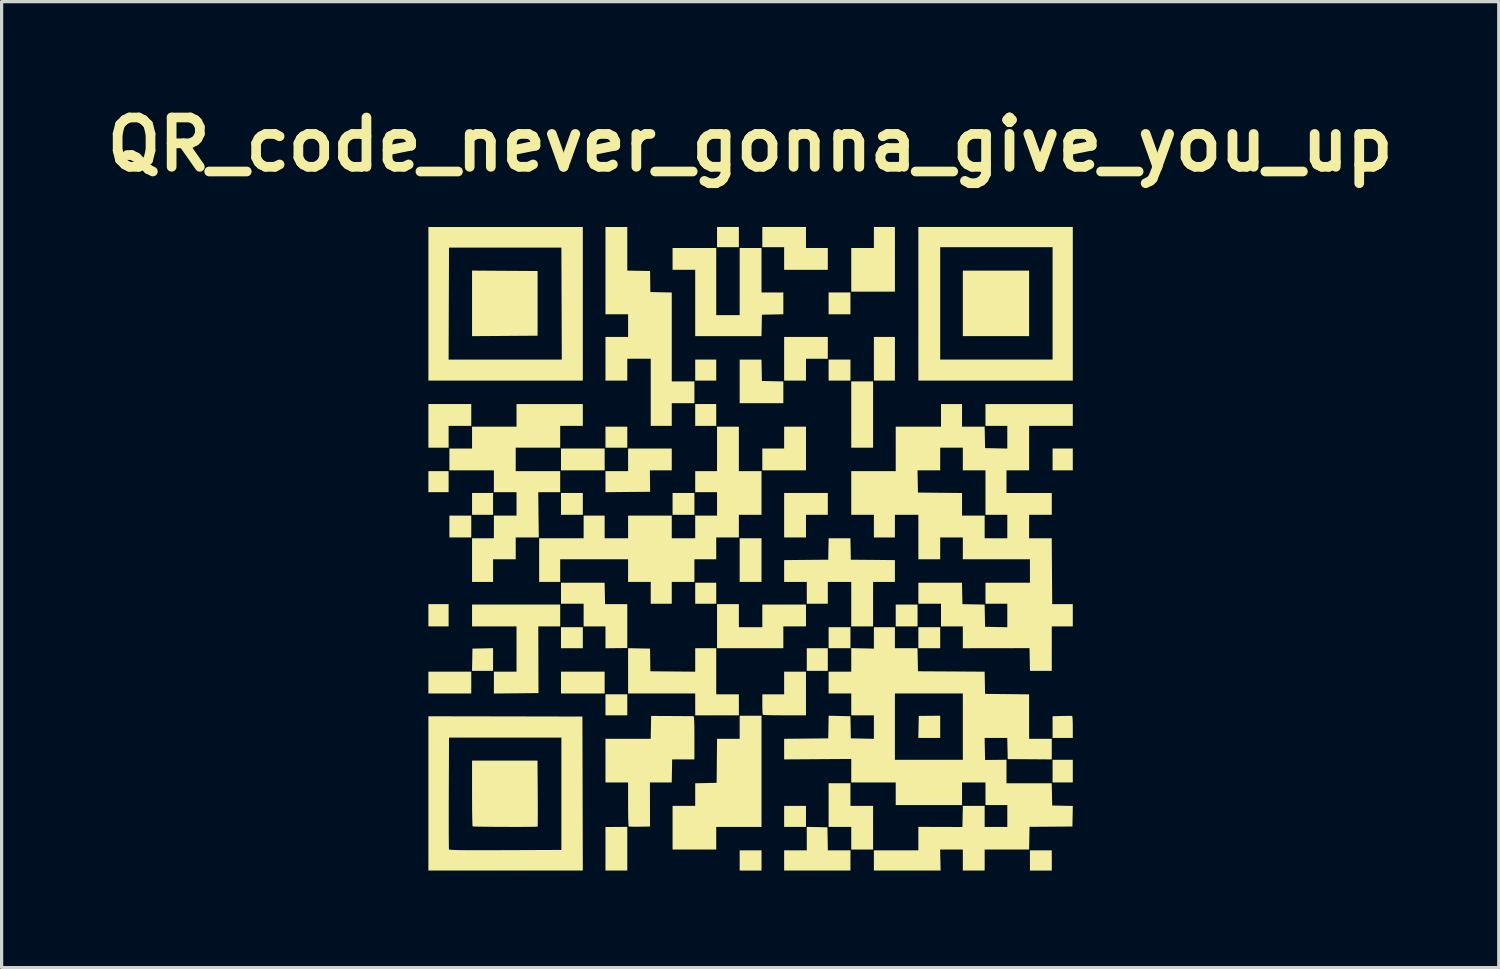
<source format=kicad_pcb>
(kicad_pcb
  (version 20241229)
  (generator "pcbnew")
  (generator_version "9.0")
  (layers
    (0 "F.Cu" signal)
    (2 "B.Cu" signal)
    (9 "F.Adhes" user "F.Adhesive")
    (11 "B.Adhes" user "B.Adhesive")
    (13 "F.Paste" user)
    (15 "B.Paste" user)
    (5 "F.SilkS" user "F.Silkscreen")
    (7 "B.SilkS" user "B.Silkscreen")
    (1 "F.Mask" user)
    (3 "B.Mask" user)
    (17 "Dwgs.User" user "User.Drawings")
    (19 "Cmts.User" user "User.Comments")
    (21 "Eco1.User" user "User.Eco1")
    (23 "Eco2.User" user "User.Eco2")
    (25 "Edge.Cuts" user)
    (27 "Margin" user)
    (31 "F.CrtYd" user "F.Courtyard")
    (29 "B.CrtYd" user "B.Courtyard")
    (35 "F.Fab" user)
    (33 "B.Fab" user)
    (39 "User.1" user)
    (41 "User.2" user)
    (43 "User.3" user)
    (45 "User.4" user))
  (footprint "QR_code_never_gonna_give_you_up"
    (layer "F.Cu")
    (at 20.146 13.918)
    (property "Reference" "QR_code_never_gonna_give_you_up" (at 0 -12.5 0) (layer "F.SilkS") (effects (font (size 1.524 1.524) (thickness 0.3))))
    (fp_poly (pts (xy -9.325 -1.75) (xy -9.95 -1.75) (xy -9.95 -2.4) (xy -9.325 -2.4)) (stroke (width 0) (type solid)) (fill yes) (layer "F.SilkS"))
    (fp_poly (pts (xy -9.325 2.4) (xy -9.95 2.4) (xy -9.95 1.712) (xy -9.325 1.712)) (stroke (width 0) (type solid)) (fill yes) (layer "F.SilkS"))
    (fp_poly (pts (xy -8.625 -0.35) (xy -9.3 -0.35) (xy -9.3 -1.025) (xy -8.625 -1.025)) (stroke (width 0) (type solid)) (fill yes) (layer "F.SilkS"))
    (fp_poly (pts (xy -8.625 4.475) (xy -9.95 4.475) (xy -9.95 3.8) (xy -8.625 3.8)) (stroke (width 0) (type solid)) (fill yes) (layer "F.SilkS"))
    (fp_poly (pts (xy -7.95 -1.05) (xy -8.6 -1.05) (xy -8.6 -1.725) (xy -7.95 -1.725)) (stroke (width 0) (type solid)) (fill yes) (layer "F.SilkS"))
    (fp_poly (pts (xy -5.175 -1.05) (xy -5.85 -1.05) (xy -5.85 -1.725) (xy -5.175 -1.725)) (stroke (width 0) (type solid)) (fill yes) (layer "F.SilkS"))
    (fp_poly (pts (xy -5.175 3.075) (xy -5.85 3.075) (xy -5.85 2.425) (xy -5.175 2.425)) (stroke (width 0) (type solid)) (fill yes) (layer "F.SilkS"))
    (fp_poly (pts (xy -4.5 -2.425) (xy -5.85 -2.425) (xy -5.85 -3.1) (xy -4.5 -3.1)) (stroke (width 0) (type solid)) (fill yes) (layer "F.SilkS"))
    (fp_poly (pts (xy -4.5 4.475) (xy -5.85 4.475) (xy -5.85 3.8) (xy -4.5 3.8)) (stroke (width 0) (type solid)) (fill yes) (layer "F.SilkS"))
    (fp_poly (pts (xy -3.8 -3.125) (xy -4.475 -3.125) (xy -4.475 -3.775) (xy -3.8 -3.775)) (stroke (width 0) (type solid)) (fill yes) (layer "F.SilkS"))
    (fp_poly (pts (xy -3.8 5.15) (xy -4.475 5.15) (xy -4.475 4.5) (xy -3.8 4.5)) (stroke (width 0) (type solid)) (fill yes) (layer "F.SilkS"))
    (fp_poly (pts (xy -3.8 9.95) (xy -4.475 9.95) (xy -4.475 8.604) (xy -3.8 8.599)) (stroke (width 0) (type solid)) (fill yes) (layer "F.SilkS"))
    (fp_poly (pts (xy -1.725 -1.05) (xy -2.4 -1.05) (xy -2.4 -1.725) (xy -1.725 -1.725)) (stroke (width 0) (type solid)) (fill yes) (layer "F.SilkS"))
    (fp_poly (pts (xy -1.05 -5.2) (xy -1.7 -5.2) (xy -1.7 -5.85) (xy -1.05 -5.85)) (stroke (width 0) (type solid)) (fill yes) (layer "F.SilkS"))
    (fp_poly (pts (xy -1.05 -3.8) (xy -1.7 -3.8) (xy -1.7 -4.475) (xy -1.05 -4.475)) (stroke (width 0) (type solid)) (fill yes) (layer "F.SilkS"))
    (fp_poly (pts (xy -1.05 1.7) (xy -1.7 1.7) (xy -1.7 1.05) (xy -1.05 1.05)) (stroke (width 0) (type solid)) (fill yes) (layer "F.SilkS"))
    (fp_poly (pts (xy -0.35 -9.325) (xy -1.025 -9.325) (xy -1.025 -9.95) (xy -0.35 -9.95)) (stroke (width 0) (type solid)) (fill yes) (layer "F.SilkS"))
    (fp_poly (pts (xy 0.35 1.025) (xy -0.325 1.025) (xy -0.325 -0.325) (xy 0.35 -0.325)) (stroke (width 0) (type solid)) (fill yes) (layer "F.SilkS"))
    (fp_poly (pts (xy 0.35 9.95) (xy -0.325 9.95) (xy -0.325 9.325) (xy 0.35 9.325)) (stroke (width 0) (type solid)) (fill yes) (layer "F.SilkS"))
    (fp_poly (pts (xy 1.725 8.6) (xy 1.05 8.6) (xy 1.05 7.95) (xy 1.725 7.95)) (stroke (width 0) (type solid)) (fill yes) (layer "F.SilkS"))
    (fp_poly (pts (xy 2.4 3.775) (xy 1.75 3.775) (xy 1.75 3.075) (xy 2.4 3.075)) (stroke (width 0) (type solid)) (fill yes) (layer "F.SilkS"))
    (fp_poly (pts (xy 3.1 -7.25) (xy 2.425 -7.25) (xy 2.425 -7.925) (xy 3.1 -7.925)) (stroke (width 0) (type solid)) (fill yes) (layer "F.SilkS"))
    (fp_poly (pts (xy 3.1 -5.2) (xy 2.425 -5.2) (xy 2.425 -5.85) (xy 3.1 -5.85)) (stroke (width 0) (type solid)) (fill yes) (layer "F.SilkS"))
    (fp_poly (pts (xy 3.1 3.075) (xy 2.425 3.075) (xy 2.425 2.425) (xy 3.1 2.425)) (stroke (width 0) (type solid)) (fill yes) (layer "F.SilkS"))
    (fp_poly (pts (xy 3.8 -3.125) (xy 3.125 -3.125) (xy 3.125 -5.175) (xy 3.8 -5.175)) (stroke (width 0) (type solid)) (fill yes) (layer "F.SilkS"))
    (fp_poly (pts (xy 4.475 -5.2) (xy 3.825 -5.2) (xy 3.825 -6.55) (xy 4.475 -6.55)) (stroke (width 0) (type solid)) (fill yes) (layer "F.SilkS"))
    (fp_poly (pts (xy 5.175 2.4) (xy 4.5 2.4) (xy 4.5 1.725) (xy 5.175 1.725)) (stroke (width 0) (type solid)) (fill yes) (layer "F.SilkS"))
    (fp_poly (pts (xy 5.875 3.075) (xy 5.2 3.075) (xy 5.2 2.425) (xy 5.875 2.425)) (stroke (width 0) (type solid)) (fill yes) (layer "F.SilkS"))
    (fp_poly (pts (xy 8.625 -6.575) (xy 6.575 -6.575) (xy 6.575 -8.6) (xy 8.625 -8.6)) (stroke (width 0) (type solid)) (fill yes) (layer "F.SilkS"))
    (fp_poly (pts (xy 9.325 9.95) (xy 8.65 9.95) (xy 8.65 9.325) (xy 9.325 9.325)) (stroke (width 0) (type solid)) (fill yes) (layer "F.SilkS"))
    (fp_poly (pts (xy 9.975 -2.425) (xy 9.35 -2.425) (xy 9.35 -3.1) (xy 9.975 -3.1)) (stroke (width 0) (type solid)) (fill yes) (layer "F.SilkS"))
    (fp_poly (pts (xy 9.975 7.225) (xy 9.35 7.225) (xy 9.35 6.525) (xy 9.975 6.525)) (stroke (width 0) (type solid)) (fill yes) (layer "F.SilkS"))
    (fp_poly (pts (xy -7.95 3.775) (xy -8.601 3.775) (xy -8.594 3.431) (xy -8.588 3.087) (xy -7.95 3.074)) (stroke (width 0) (type solid)) (fill yes) (layer "F.SilkS"))
    (fp_poly (pts (xy -7.587 -8.594) (xy -6.574 -8.588) (xy -6.574 -6.588) (xy -8.6 -6.574) (xy -8.6 -8.601)) (stroke (width 0) (type solid)) (fill yes) (layer "F.SilkS"))
    (fp_poly (pts (xy -8.625 -3.8) (xy -9.325 -3.8) (xy -9.325 -3.125) (xy -9.95 -3.125) (xy -9.95 -4.475) (xy -8.625 -4.475)) (stroke (width 0) (type solid)) (fill yes) (layer "F.SilkS"))
    (fp_poly (pts (xy 1.725 -2.425) (xy 0.375 -2.425) (xy 0.375 -3.1) (xy 1.05 -3.1) (xy 1.05 -3.775) (xy 1.725 -3.775)) (stroke (width 0) (type solid)) (fill yes) (layer "F.SilkS"))
    (fp_poly (pts (xy 2.4 -5.875) (xy 1.725 -5.875) (xy 1.725 -5.2) (xy 1.05 -5.2) (xy 1.05 -6.55) (xy 2.4 -6.55)) (stroke (width 0) (type solid)) (fill yes) (layer "F.SilkS"))
    (fp_poly (pts (xy 2.4 -1.05) (xy 1.725 -1.05) (xy 1.725 -0.35) (xy 1.05 -0.35) (xy 1.05 -1.725) (xy 2.4 -1.725)) (stroke (width 0) (type solid)) (fill yes) (layer "F.SilkS"))
    (fp_poly (pts (xy 4.475 -7.95) (xy 3.125 -7.95) (xy 3.125 -9.3) (xy 3.825 -9.3) (xy 3.825 -9.95) (xy 4.475 -9.95)) (stroke (width 0) (type solid)) (fill yes) (layer "F.SilkS"))
    (fp_poly (pts (xy 0.362 -5.188) (xy 0.694 -5.181) (xy 1.025 -5.174) (xy 1.025 -4.5) (xy -0.325 -4.5) (xy -0.325 -5.85) (xy 0.349 -5.85)) (stroke (width 0) (type solid)) (fill yes) (layer "F.SilkS"))
    (fp_poly (pts (xy 5.875 5.506) (xy 5.875 5.85) (xy 5.199 5.85) (xy 5.206 5.509) (xy 5.213 5.168) (xy 5.544 5.165) (xy 5.875 5.162)) (stroke (width 0) (type solid)) (fill yes) (layer "F.SilkS"))
    (fp_poly (pts (xy 1.725 -9.3) (xy 2.4 -9.3) (xy 2.4 -8.625) (xy 1.05 -8.625) (xy 1.05 -9.325) (xy 0.375 -9.325) (xy 0.375 -9.95) (xy 1.725 -9.95)) (stroke (width 0) (type solid)) (fill yes) (layer "F.SilkS"))
    (fp_poly (pts (xy 2.388 8.613) (xy 2.401 9.325) (xy 3.1 9.325) (xy 3.1 9.95) (xy 1.05 9.95) (xy 1.05 9.325) (xy 1.75 9.325) (xy 1.75 8.599)) (stroke (width 0) (type solid)) (fill yes) (layer "F.SilkS"))
    (fp_poly (pts (xy 3.1 7.95) (xy 3.8 7.95) (xy 3.8 9.3) (xy 3.125 9.3) (xy 3.125 8.6) (xy 2.425 8.6) (xy 2.425 7.25) (xy 3.1 7.25)) (stroke (width 0) (type solid)) (fill yes) (layer "F.SilkS"))
    (fp_poly (pts (xy -2.425 -2.425) (xy -3.102 -2.425) (xy -3.098 -2.094) (xy -3.094 -1.762) (xy -3.785 -1.756) (xy -4.475 -1.749) (xy -4.475 -2.4) (xy -3.775 -2.4) (xy -3.775 -3.1) (xy -2.425 -3.1)) (stroke (width 0) (type solid)) (fill yes) (layer "F.SilkS"))
    (fp_poly (pts (xy -0.35 2.425) (xy 0.375 2.425) (xy 0.375 1.725) (xy 1.725 1.725) (xy 1.725 2.4) (xy 1.025 2.4) (xy 1.025 3.075) (xy -1.025 3.075) (xy -1.025 1.712) (xy -0.35 1.712)) (stroke (width 0) (type solid)) (fill yes) (layer "F.SilkS"))
    (fp_poly (pts (xy -5.875 2.4) (xy -6.552 2.4) (xy -6.549 3.431) (xy -6.546 4.463) (xy -7.925 4.476) (xy -7.925 3.8) (xy -7.225 3.8) (xy -7.225 2.4) (xy -8.6 2.4) (xy -8.6 1.725) (xy -5.875 1.725)) (stroke (width 0) (type solid)) (fill yes) (layer "F.SilkS"))
    (fp_poly (pts (xy 9.975 -5.2) (xy 5.2 -5.2) (xy 5.2 -5.85) (xy 5.875 -5.85) (xy 9.35 -5.85) (xy 9.35 -9.325) (xy 5.875 -9.325) (xy 5.875 -5.85) (xy 5.2 -5.85) (xy 5.2 -9.95) (xy 9.975 -9.95)) (stroke (width 0) (type solid)) (fill yes) (layer "F.SilkS"))
    (fp_poly (pts (xy -5.175 -5.2) (xy -9.95 -5.2) (xy -9.95 -5.85) (xy -9.325 -5.85) (xy -5.825 -5.85) (xy -5.838 -9.312) (xy -9.312 -9.312) (xy -9.319 -7.581) (xy -9.325 -5.85) (xy -9.95 -5.85) (xy -9.95 -9.95) (xy -5.175 -9.95)) (stroke (width 0) (type solid)) (fill yes) (layer "F.SilkS"))
    (fp_poly (pts (xy -4.487 1.712) (xy -3.8 1.712) (xy -3.8 2.391) (xy -3.8 3.07) (xy -4.138 3.073) (xy -4.475 3.077) (xy -4.475 2.4) (xy -5.15 2.4) (xy -5.15 1.7) (xy -5.85 1.7) (xy -5.85 1.05) (xy -4.501 1.05)) (stroke (width 0) (type solid)) (fill yes) (layer "F.SilkS"))
    (fp_poly (pts (xy 9.928 5.168) (xy 9.956 5.17) (xy 9.963 5.197) (xy 9.969 5.264) (xy 9.973 5.362) (xy 9.975 5.482) (xy 9.975 5.514) (xy 9.975 5.85) (xy 9.35 5.85) (xy 9.35 5.178) (xy 9.644 5.17) (xy 9.761 5.168) (xy 9.859 5.167)) (stroke (width 0) (type solid)) (fill yes) (layer "F.SilkS"))
    (fp_poly (pts (xy -3.435 3.081) (xy -3.096 3.087) (xy -3.092 3.438) (xy -3.087 3.788) (xy -1.7 3.801) (xy -1.7 3.075) (xy -1.05 3.075) (xy -1.05 4.5) (xy -0.35 4.5) (xy -0.35 5.15) (xy -1.7 5.15) (xy -1.7 4.475) (xy -3.775 4.475) (xy -3.775 3.074)) (stroke (width 0) (type solid)) (fill yes) (layer "F.SilkS"))
    (fp_poly (pts (xy -1.05 -7.225) (xy -0.325 -7.225) (xy -0.325 -9.3) (xy 0.35 -9.3) (xy 0.35 -7.925) (xy 1.025 -7.925) (xy 1.025 -7.251) (xy 0.362 -7.237) (xy 0.349 -6.575) (xy -1.7 -6.575) (xy -1.7 -8.625) (xy -2.4 -8.625) (xy -2.4 -9.3) (xy -1.05 -9.3)) (stroke (width 0) (type solid)) (fill yes) (layer "F.SilkS"))
    (fp_poly (pts (xy 0.35 6.881) (xy 0.35 8.6) (xy -1.05 8.6) (xy -1.05 9.3) (xy -2.4 9.3) (xy -2.4 7.95) (xy -1.7 7.95) (xy -1.7 7.251) (xy -1.369 7.244) (xy -1.038 7.237) (xy -1.031 6.556) (xy -1.024 5.875) (xy -0.325 5.875) (xy -0.325 5.162) (xy 0.35 5.162)) (stroke (width 0) (type solid)) (fill yes) (layer "F.SilkS"))
    (fp_poly (pts (xy 1.725 5.15) (xy 1.067 5.15) (xy 0.89 5.149) (xy 0.73 5.148) (xy 0.593 5.145) (xy 0.487 5.142) (xy 0.417 5.138) (xy 0.392 5.133) (xy 0.385 5.103) (xy 0.38 5.033) (xy 0.376 4.934) (xy 0.375 4.815) (xy 0.375 4.808) (xy 0.375 4.5) (xy 1.05 4.5) (xy 1.05 3.8) (xy 1.725 3.8)) (stroke (width 0) (type solid)) (fill yes) (layer "F.SilkS"))
    (fp_poly (pts (xy 3.112 0.338) (xy 3.794 0.344) (xy 4.475 0.351) (xy 4.475 1.025) (xy 3.8 1.025) (xy 3.8 2.4) (xy 3.125 2.4) (xy 3.125 1.025) (xy 2.4 1.025) (xy 2.4 1.7) (xy 1.75 1.7) (xy 1.75 1.025) (xy 1.05 1.025) (xy 1.05 0.351) (xy 1.731 0.344) (xy 2.413 0.338) (xy 2.419 0.006) (xy 2.426 -0.325) (xy 3.099 -0.325)) (stroke (width 0) (type solid)) (fill yes) (layer "F.SilkS"))
    (fp_poly (pts (xy -3.8 -8.601) (xy -3.448 -8.594) (xy -3.096 -8.588) (xy -3.087 -7.938) (xy -2.756 -7.931) (xy -2.425 -7.924) (xy -2.425 -5.175) (xy -1.725 -5.175) (xy -1.725 -4.5) (xy -2.425 -4.5) (xy -2.425 -3.8) (xy -3.075 -3.8) (xy -3.075 -5.875) (xy -3.8 -5.875) (xy -3.8 -5.2) (xy -4.475 -5.2) (xy -4.475 -6.55) (xy -3.775 -6.55) (xy -3.775 -7.25) (xy -4.475 -7.25) (xy -4.475 -9.95) (xy -3.8 -9.95)) (stroke (width 0) (type solid)) (fill yes) (layer "F.SilkS"))
    (fp_poly (pts (xy -5.175 -3.8) (xy -5.875 -3.8) (xy -5.875 -3.125) (xy -7.25 -3.125) (xy -7.25 -2.4) (xy -5.875 -2.4) (xy -5.875 -1.75) (xy -6.553 -1.75) (xy -6.537 -0.35) (xy -7.25 -0.35) (xy -7.25 0.325) (xy -7.95 0.325) (xy -7.95 1.025) (xy -8.6 1.025) (xy -8.6 -0.325) (xy -7.925 -0.325) (xy -7.925 -1.025) (xy -7.225 -1.025) (xy -7.225 -1.75) (xy -7.925 -1.75) (xy -7.925 -2.425) (xy -9.3 -2.425) (xy -9.3 -3.1) (xy -8.6 -3.1) (xy -8.6 -3.775) (xy -7.225 -3.775) (xy -7.225 -4.475) (xy -5.175 -4.475)) (stroke (width 0) (type solid)) (fill yes) (layer "F.SilkS"))
    (fp_poly (pts (xy -7.569 5.183) (xy -5.188 5.188) (xy -5.175 9.95) (xy -9.95 9.95) (xy -9.95 8.369) (xy -9.321 8.369) (xy -9.32 8.602) (xy -9.32 8.808) (xy -9.319 8.983) (xy -9.318 9.123) (xy -9.316 9.224) (xy -9.315 9.282) (xy -9.313 9.294) (xy -9.302 9.3) (xy -9.269 9.306) (xy -9.214 9.31) (xy -9.132 9.314) (xy -9.021 9.317) (xy -8.877 9.319) (xy -8.699 9.32) (xy -8.482 9.321) (xy -8.224 9.321) (xy -7.922 9.32) (xy -7.573 9.319) (xy -7.569 9.319) (xy -5.838 9.312) (xy -5.838 5.838) (xy -9.312 5.838) (xy -9.319 7.55) (xy -9.32 7.839) (xy -9.32 8.113) (xy -9.321 8.369) (xy -9.95 8.369) (xy -9.95 5.179)) (stroke (width 0) (type solid)) (fill yes) (layer "F.SilkS"))
    (fp_poly (pts (xy -6.569 7.565) (xy -6.568 7.785) (xy -6.567 7.989) (xy -6.567 8.172) (xy -6.568 8.329) (xy -6.569 8.453) (xy -6.57 8.54) (xy -6.572 8.585) (xy -6.573 8.59) (xy -6.6 8.593) (xy -6.671 8.595) (xy -6.779 8.597) (xy -6.917 8.599) (xy -7.079 8.6) (xy -7.259 8.6) (xy -7.449 8.6) (xy -7.644 8.599) (xy -7.836 8.599) (xy -8.02 8.597) (xy -8.188 8.595) (xy -8.335 8.593) (xy -8.454 8.591) (xy -8.537 8.588) (xy -8.58 8.584) (xy -8.583 8.583) (xy -8.587 8.555) (xy -8.59 8.483) (xy -8.593 8.371) (xy -8.596 8.226) (xy -8.598 8.052) (xy -8.599 7.855) (xy -8.6 7.64) (xy -8.6 7.558) (xy -8.6 6.55) (xy -6.576 6.55)) (stroke (width 0) (type solid)) (fill yes) (layer "F.SilkS"))
    (fp_poly (pts (xy -0.35 -2.4) (xy 0.35 -2.4) (xy 0.35 -1.05) (xy -0.35 -1.05) (xy -0.35 -0.35) (xy -1.05 -0.35) (xy -1.05 0.325) (xy -1.725 0.325) (xy -1.725 1.025) (xy -2.425 1.025) (xy -2.425 1.7) (xy -3.075 1.7) (xy -3.075 1.025) (xy -3.775 1.025) (xy -3.775 0.325) (xy -5.875 0.325) (xy -5.875 1.025) (xy -6.525 1.025) (xy -6.525 -0.325) (xy -5.15 -0.325) (xy -5.15 -1.025) (xy -4.5 -1.025) (xy -4.5 -0.325) (xy -3.775 -0.325) (xy -3.775 -1.025) (xy -2.425 -1.025) (xy -2.425 -0.325) (xy -1.7 -0.325) (xy -1.7 -1.025) (xy -1.025 -1.025) (xy -1.025 -1.75) (xy -1.7 -1.75) (xy -1.7 -2.4) (xy -1.025 -2.4) (xy -1.025 -3.775) (xy -0.35 -3.775)) (stroke (width 0) (type solid)) (fill yes) (layer "F.SilkS"))
    (fp_poly (pts (xy -2.425 5.172) (xy -2.25 5.173) (xy -2.091 5.174) (xy -1.955 5.174) (xy -1.849 5.175) (xy -1.78 5.175) (xy -1.756 5.175) (xy -1.746 5.186) (xy -1.739 5.222) (xy -1.733 5.287) (xy -1.729 5.386) (xy -1.726 5.523) (xy -1.725 5.703) (xy -1.725 5.844) (xy -1.725 6.513) (xy -2.413 6.513) (xy -2.419 6.869) (xy -2.426 7.225) (xy -3.101 7.225) (xy -3.099 7.906) (xy -3.097 8.588) (xy -3.419 8.594) (xy -3.541 8.596) (xy -3.644 8.594) (xy -3.72 8.591) (xy -3.756 8.585) (xy -3.758 8.584) (xy -3.762 8.555) (xy -3.766 8.483) (xy -3.77 8.375) (xy -3.773 8.236) (xy -3.774 8.074) (xy -3.775 7.896) (xy -3.775 7.225) (xy -4.475 7.225) (xy -4.475 5.875) (xy -3.076 5.875) (xy -3.069 5.522) (xy -3.062 5.169)) (stroke (width 0) (type solid)) (fill yes) (layer "F.SilkS"))
    (fp_poly (pts (xy 6.55 -3.775) (xy 7.249 -3.775) (xy 7.263 -3.112) (xy 7.95 -3.099) (xy 7.95 -3.8) (xy 7.275 -3.8) (xy 7.275 -4.475) (xy 9.975 -4.475) (xy 9.975 -3.8) (xy 8.625 -3.8) (xy 8.625 -2.425) (xy 7.925 -2.425) (xy 7.925 -1.725) (xy 9.325 -1.725) (xy 9.325 -1.05) (xy 8.625 -1.05) (xy 8.625 -0.325) (xy 9.324 -0.325) (xy 9.331 0.694) (xy 9.338 1.712) (xy 9.975 1.712) (xy 9.975 2.056) (xy 9.975 2.4) (xy 9.325 2.4) (xy 9.325 3.775) (xy 8.651 3.775) (xy 8.637 3.073) (xy 7.606 3.074) (xy 6.575 3.076) (xy 6.575 2.4) (xy 5.9 2.4) (xy 5.9 1.7) (xy 5.2 1.7) (xy 5.2 1.05) (xy 6.549 1.05) (xy 6.562 1.712) (xy 6.906 1.719) (xy 7.249 1.726) (xy 7.256 2.069) (xy 7.263 2.413) (xy 7.95 2.426) (xy 7.95 1.7) (xy 7.275 1.7) (xy 7.275 1.05) (xy 8.65 1.05) (xy 8.65 0.325) (xy 6.575 0.325) (xy 6.575 -0.35) (xy 5.875 -0.35) (xy 5.875 0.325) (xy 5.2 0.325) (xy 5.2 -1.05) (xy 4.475 -1.05) (xy 4.475 -0.35) (xy 3.825 -0.35) (xy 3.825 -1.05) (xy 3.125 -1.05) (xy 3.125 -2.4) (xy 4.5 -2.4) (xy 4.5 -2.425) (xy 5.174 -2.425) (xy 5.181 -2.081) (xy 5.188 -1.738) (xy 5.869 -1.731) (xy 6.55 -1.724) (xy 6.55 -1.025) (xy 7.25 -1.025) (xy 7.25 -0.325) (xy 7.95 -0.325) (xy 7.95 -1.05) (xy 7.275 -1.05) (xy 7.275 -2.425) (xy 6.575 -2.425) (xy 6.575 -3.125) (xy 5.875 -3.125) (xy 5.875 -2.425) (xy 5.174 -2.425) (xy 4.5 -2.425) (xy 4.5 -3.775) (xy 5.9 -3.775) (xy 5.9 -4.475) (xy 6.55 -4.475)) (stroke (width 0) (type solid)) (fill yes) (layer "F.SilkS"))
    (fp_poly (pts (xy 4.475 3.075) (xy 5.174 3.075) (xy 5.181 3.431) (xy 5.188 3.788) (xy 6.218 3.794) (xy 7.249 3.801) (xy 7.256 4.144) (xy 7.263 4.487) (xy 7.944 4.494) (xy 8.625 4.501) (xy 8.625 5.875) (xy 9.325 5.875) (xy 9.325 6.513) (xy 8.644 6.508) (xy 7.963 6.504) (xy 7.956 6.177) (xy 7.949 5.85) (xy 7.249 5.85) (xy 7.256 6.19) (xy 7.263 6.531) (xy 7.925 6.523) (xy 7.925 7.25) (xy 9.324 7.25) (xy 9.331 7.594) (xy 9.338 7.938) (xy 9.976 7.952) (xy 9.963 8.588) (xy 9.3 8.593) (xy 8.637 8.598) (xy 8.631 8.949) (xy 8.624 9.3) (xy 7.25 9.3) (xy 7.25 9.95) (xy 6.575 9.95) (xy 6.575 9.3) (xy 5.872 9.3) (xy 5.88 9.625) (xy 5.888 9.95) (xy 4.856 9.95) (xy 3.825 9.95) (xy 3.825 9.325) (xy 5.2 9.325) (xy 5.2 8.599) (xy 5.881 8.601) (xy 6.562 8.603) (xy 6.569 8.277) (xy 6.576 7.95) (xy 7.25 7.95) (xy 7.25 8.6) (xy 7.95 8.6) (xy 7.95 7.925) (xy 7.275 7.925) (xy 7.275 7.225) (xy 6.55 7.225) (xy 6.55 7.925) (xy 4.5 7.925) (xy 4.5 7.225) (xy 3.125 7.225) (xy 3.125 6.525) (xy 4.475 6.525) (xy 6.575 6.525) (xy 6.575 4.475) (xy 4.475 4.475) (xy 4.475 6.525) (xy 3.125 6.525) (xy 3.125 6.499) (xy 2.087 6.506) (xy 1.05 6.513) (xy 1.05 6.194) (xy 1.05 5.876) (xy 1.731 5.869) (xy 2.413 5.862) (xy 2.426 5.162) (xy 3.099 5.178) (xy 3.112 5.862) (xy 3.825 5.876) (xy 3.825 5.15) (xy 3.125 5.15) (xy 3.125 4.475) (xy 2.425 4.475) (xy 2.425 3.8) (xy 3.125 3.8) (xy 3.125 3.072) (xy 3.825 3.087) (xy 3.825 2.425) (xy 4.475 2.425)) (stroke (width 0) (type solid)) (fill yes) (layer "F.SilkS")))
  (gr_rect
    (start -3 -3)
    (end 43.292 26.868)
    (stroke (width 0.1) (type default))
    (fill no)
    (layer "Edge.Cuts")))
</source>
